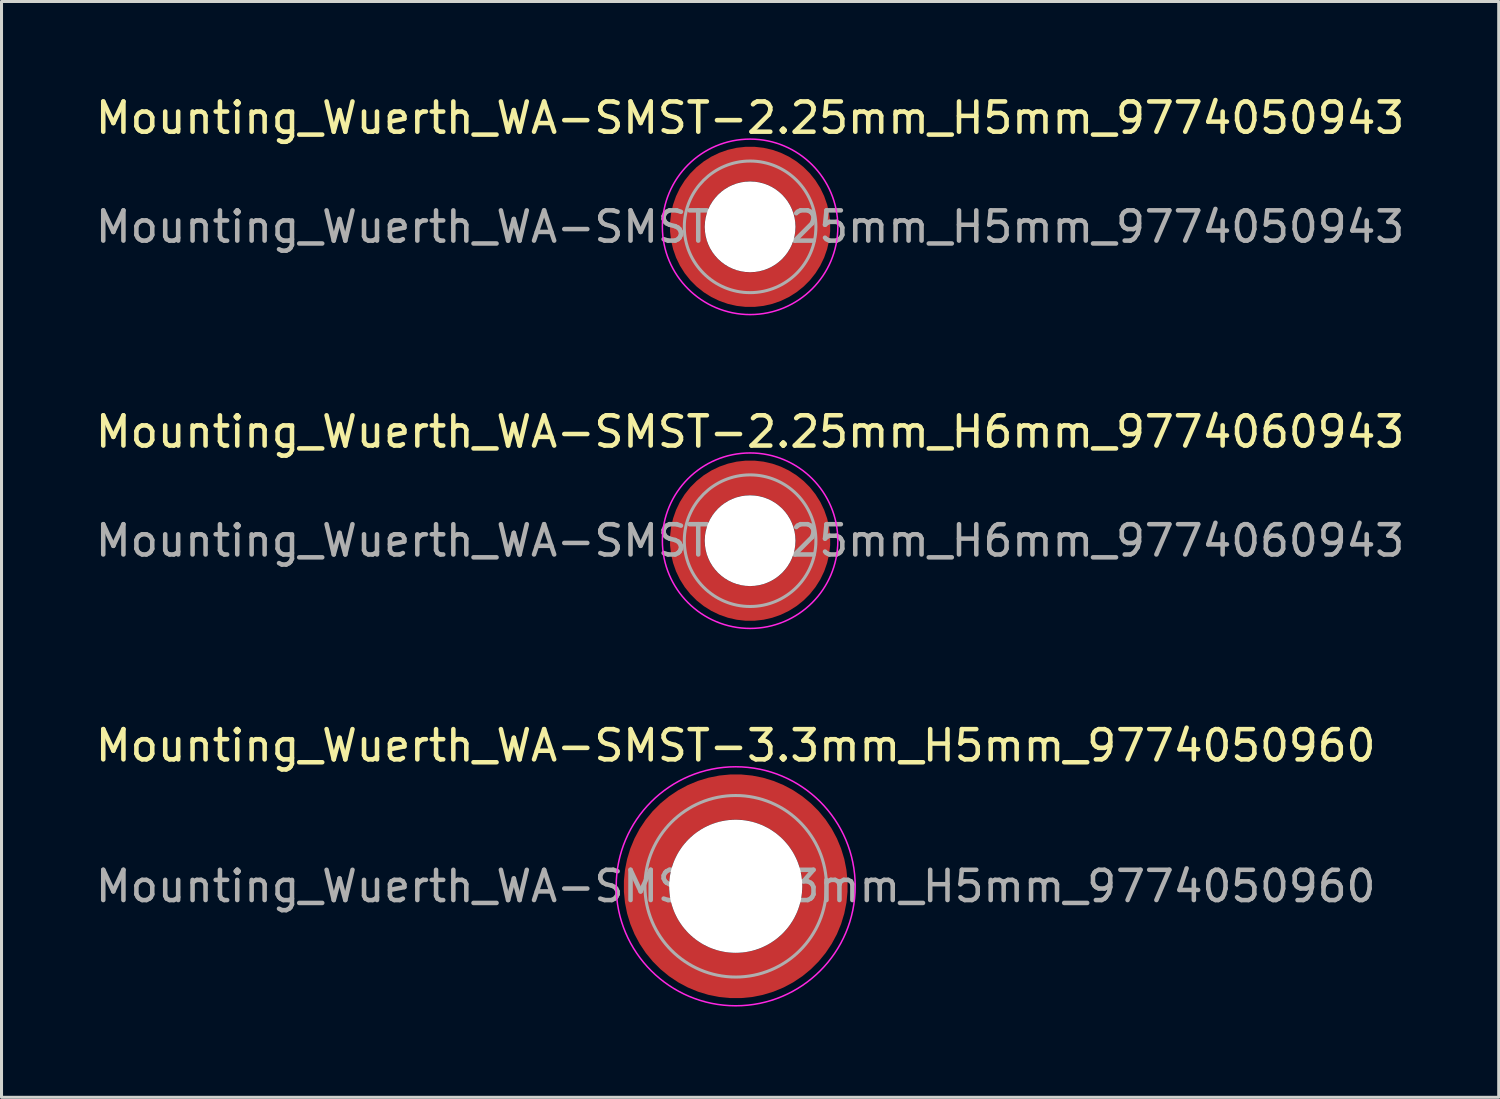
<source format=kicad_pcb>
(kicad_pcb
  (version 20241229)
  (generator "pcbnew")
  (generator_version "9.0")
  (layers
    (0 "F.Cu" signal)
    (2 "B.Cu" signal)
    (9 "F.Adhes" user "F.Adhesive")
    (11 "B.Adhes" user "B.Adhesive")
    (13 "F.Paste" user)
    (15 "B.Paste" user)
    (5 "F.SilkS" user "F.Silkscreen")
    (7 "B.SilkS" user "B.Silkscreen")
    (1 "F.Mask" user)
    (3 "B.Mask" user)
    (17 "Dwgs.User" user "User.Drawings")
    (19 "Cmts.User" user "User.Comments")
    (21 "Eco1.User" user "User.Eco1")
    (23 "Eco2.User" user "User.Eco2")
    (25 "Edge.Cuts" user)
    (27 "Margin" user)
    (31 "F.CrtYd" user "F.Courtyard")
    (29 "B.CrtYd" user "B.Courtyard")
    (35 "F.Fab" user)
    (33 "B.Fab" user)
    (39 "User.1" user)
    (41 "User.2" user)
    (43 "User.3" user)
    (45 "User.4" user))
  (footprint "Mounting_Wuerth_WA-SMST-2.25mm_H6mm_9774060943"
    (layer "F.Cu")
    (at 21.744 14.822)
    (property "Reference" "Mounting_Wuerth_WA-SMST-2.25mm_H6mm_9774060943" (at 0 -3.6 0) (layer "F.SilkS") (effects (font (size 1 1) (thickness 0.15))))
    (attr smd)
    (fp_circle (center 0 0) (end 2.9 0) (stroke (width 0.05) (type solid)) (fill no) (layer "F.CrtYd"))
    (fp_circle (center 0 0) (end 2.175 0) (stroke (width 0.1) (type solid)) (fill no) (layer "F.Fab"))
    (fp_text user "${REFERENCE}" (at 0 0 0) (layer "F.Fab") (effects (font (size 1 1) (thickness 0.15))))
    (pad "" smd custom (at -1.453 -1.453) (size 0.61 0.61) (layers "F.Paste") (options (anchor circle)) (primitives (gr_arc (start -0.147677 1.053104) (mid 0.285964 0.286792) (end 1.051968 -0.147393) (width 0.2)) (gr_arc (start -0.240295 1.053104) (mid 0.22253 0.222946) (end 1.052531 -0.24016) (width 0.2)) (gr_arc (start -0.332645 1.053104) (mid 0.158548 0.15965) (end 1.051583 -0.332304) (width 0.2)) (gr_arc (start -0.424767 1.053104) (mid 0.09486 0.096059) (end 1.051446 -0.424413) (width 0.2)) (gr_arc (start -0.516693 1.053104) (mid 0.031293 0.032346) (end 1.051645 -0.516396) (width 0.2)) (gr_arc (start -0.608448 1.053104) (mid -0.032323 -0.031316) (end 1.051707 -0.608176) (width 0.2)) (gr_arc (start -0.700056 1.053104) (mid -0.09616 -0.094758) (end 1.051155 -0.699693) (width 0.2)) (gr_arc (start -0.791534 1.053104) (mid -0.160388 -0.15781) (end 1.049515 -0.790891) (width 0.2)) (gr_arc (start -0.882896 1.053104) (mid -0.223713 -0.221764) (end 1.050388 -0.882429) (width 0.2)) (gr_arc (start -0.974157 1.053104) (mid -0.287654 -0.285101) (end 1.049541 -0.973567) (width 0.2)) (gr_line (start 1.053 -0.148) (end 1.053 -0.974) (width 0.2)) (gr_line (start -0.148 1.053) (end -0.974 1.053) (width 0.2))))
    (pad "" smd custom (at -1.453 1.453) (size 0.61 0.61) (layers "F.Paste") (options (anchor circle)) (primitives (gr_arc (start 1.053104 0.147677) (mid 0.286792 -0.285964) (end -0.147393 -1.051968) (width 0.2)) (gr_arc (start 1.053104 0.240295) (mid 0.222946 -0.22253) (end -0.24016 -1.052531) (width 0.2)) (gr_arc (start 1.053104 0.332645) (mid 0.15965 -0.158548) (end -0.332304 -1.051583) (width 0.2)) (gr_arc (start 1.053104 0.424767) (mid 0.096059 -0.09486) (end -0.424413 -1.051446) (width 0.2)) (gr_arc (start 1.053104 0.516693) (mid 0.032346 -0.031293) (end -0.516396 -1.051645) (width 0.2)) (gr_arc (start 1.053104 0.608448) (mid -0.031316 0.032323) (end -0.608176 -1.051707) (width 0.2)) (gr_arc (start 1.053104 0.700056) (mid -0.094758 0.09616) (end -0.699693 -1.051155) (width 0.2)) (gr_arc (start 1.053104 0.791534) (mid -0.15781 0.160388) (end -0.790891 -1.049515) (width 0.2)) (gr_arc (start 1.053104 0.882896) (mid -0.221764 0.223713) (end -0.882429 -1.050388) (width 0.2)) (gr_arc (start 1.053104 0.974157) (mid -0.285101 0.287654) (end -0.973567 -1.049541) (width 0.2)) (gr_line (start -0.148 -1.053) (end -0.974 -1.053) (width 0.2)) (gr_line (start 1.053 0.148) (end 1.053 0.974) (width 0.2))))
    (pad "" np_thru_hole circle (at 0 0) (size 3 3) (drill 3) (layers "*.Cu" "*.Mask"))
    (pad "" smd custom (at 1.453 -1.453) (size 0.61 0.61) (layers "F.Paste") (options (anchor circle)) (primitives (gr_arc (start -1.053104 -0.147677) (mid -0.286792 0.285964) (end 0.147393 1.051968) (width 0.2)) (gr_arc (start -1.053104 -0.240295) (mid -0.222946 0.22253) (end 0.24016 1.052531) (width 0.2)) (gr_arc (start -1.053104 -0.332645) (mid -0.15965 0.158548) (end 0.332304 1.051583) (width 0.2)) (gr_arc (start -1.053104 -0.424767) (mid -0.096059 0.09486) (end 0.424413 1.051446) (width 0.2)) (gr_arc (start -1.053104 -0.516693) (mid -0.032346 0.031293) (end 0.516396 1.051645) (width 0.2)) (gr_arc (start -1.053104 -0.608448) (mid 0.031316 -0.032323) (end 0.608176 1.051707) (width 0.2)) (gr_arc (start -1.053104 -0.700056) (mid 0.094758 -0.09616) (end 0.699693 1.051155) (width 0.2)) (gr_arc (start -1.053104 -0.791534) (mid 0.15781 -0.160388) (end 0.790891 1.049515) (width 0.2)) (gr_arc (start -1.053104 -0.882896) (mid 0.221764 -0.223713) (end 0.882429 1.050388) (width 0.2)) (gr_arc (start -1.053104 -0.974157) (mid 0.285101 -0.287654) (end 0.973567 1.049541) (width 0.2)) (gr_line (start 0.148 1.053) (end 0.974 1.053) (width 0.2)) (gr_line (start -1.053 -0.148) (end -1.053 -0.974) (width 0.2))))
    (pad "" smd custom (at 1.453 1.453) (size 0.61 0.61) (layers "F.Paste") (options (anchor circle)) (primitives (gr_arc (start 0.147677 -1.053104) (mid -0.285964 -0.286792) (end -1.051968 0.147393) (width 0.2)) (gr_arc (start 0.240295 -1.053104) (mid -0.22253 -0.222946) (end -1.052531 0.24016) (width 0.2)) (gr_arc (start 0.332645 -1.053104) (mid -0.158548 -0.15965) (end -1.051583 0.332304) (width 0.2)) (gr_arc (start 0.424767 -1.053104) (mid -0.09486 -0.096059) (end -1.051446 0.424413) (width 0.2)) (gr_arc (start 0.516693 -1.053104) (mid -0.031293 -0.032346) (end -1.051645 0.516396) (width 0.2)) (gr_arc (start 0.608448 -1.053104) (mid 0.032323 0.031316) (end -1.051707 0.608176) (width 0.2)) (gr_arc (start 0.700056 -1.053104) (mid 0.09616 0.094758) (end -1.051155 0.699693) (width 0.2)) (gr_arc (start 0.791534 -1.053104) (mid 0.160388 0.15781) (end -1.049515 0.790891) (width 0.2)) (gr_arc (start 0.882896 -1.053104) (mid 0.223713 0.221764) (end -1.050388 0.882429) (width 0.2)) (gr_arc (start 0.974157 -1.053104) (mid 0.287654 0.285101) (end -1.049541 0.973567) (width 0.2)) (gr_line (start -1.053 0.148) (end -1.053 0.974) (width 0.2)) (gr_line (start 0.148 -1.053) (end 0.974 -1.053) (width 0.2))))
    (pad "1" smd circle (at -2.075 0) (size 0.75 0.75) (layers "F.Cu"))
    (pad "1" smd circle (at 0 -2.075) (size 0.75 0.75) (layers "F.Cu"))
    (pad "1" smd circle (at 0 2.075) (size 0.75 0.75) (layers "F.Cu"))
    (pad "1" smd custom (at 2.075 0) (size 0.75 0.75) (layers "F.Cu" "F.Mask") (options (anchor circle)) (primitives (gr_circle (center -2.075 0) (end 0 0) (width 1.15) (fill no)))))
  (footprint "Mounting_Wuerth_WA-SMST-3.3mm_H5mm_9774050960"
    (layer "F.Cu")
    (at 21.268 26.245)
    (property "Reference" "Mounting_Wuerth_WA-SMST-3.3mm_H5mm_9774050960" (at 0 -4.65 0) (layer "F.SilkS") (effects (font (size 1 1) (thickness 0.15))))
    (attr smd)
    (fp_circle (center 0 0) (end 3.95 0) (stroke (width 0.05) (type solid)) (fill no) (layer "F.CrtYd"))
    (fp_circle (center 0 0) (end 3 0) (stroke (width 0.1) (type solid)) (fill no) (layer "F.Fab"))
    (fp_text user "${REFERENCE}" (at 0 0 0) (layer "F.Fab") (effects (font (size 1 1) (thickness 0.15))))
    (pad "" smd custom (at -2.058 -2.058) (size 0.7 0.7) (layers "F.Paste") (options (anchor circle)) (primitives (gr_arc (start -0.377294 1.707681) (mid 0.317579 0.318817) (end 1.705947 -0.377044) (width 0.2)) (gr_arc (start -0.478281 1.707681) (mid 0.246161 0.248814) (end 1.703965 -0.477765) (width 0.2)) (gr_arc (start -0.579192 1.707681) (mid 0.175492 0.178063) (end 1.704077 -0.578711) (width 0.2)) (gr_arc (start -0.680037 1.707681) (mid 0.105568 0.106564) (end 1.706284 -0.679858) (width 0.2)) (gr_arc (start -0.780822 1.707681) (mid 0.034627 0.036085) (end 1.705634 -0.780569) (width 0.2)) (gr_arc (start -0.881554 1.707681) (mid -0.035694 -0.035016) (end 1.706729 -0.881441) (width 0.2)) (gr_arc (start -0.982237 1.707681) (mid -0.107281 -0.10485) (end 1.704266 -0.981842) (width 0.2)) (gr_arc (start -1.082877 1.707681) (mid -0.178372 -0.175181) (end 1.703197 -1.082374) (width 0.2)) (gr_arc (start -1.183476 1.707681) (mid -0.248964 -0.246008) (end 1.703525 -1.183025) (width 0.2)) (gr_arc (start -1.28404 1.707681) (mid -0.319062 -0.317333) (end 1.70525 -1.283784) (width 0.2)) (gr_line (start 1.708 -0.377) (end 1.708 -1.284) (width 0.2)) (gr_line (start -0.377 1.708) (end -1.284 1.708) (width 0.2))))
    (pad "" smd custom (at -2.058 2.058) (size 0.7 0.7) (layers "F.Paste") (options (anchor circle)) (primitives (gr_arc (start 1.707681 0.377294) (mid 0.318817 -0.317579) (end -0.377044 -1.705947) (width 0.2)) (gr_arc (start 1.707681 0.478281) (mid 0.248814 -0.246161) (end -0.477765 -1.703965) (width 0.2)) (gr_arc (start 1.707681 0.579192) (mid 0.178063 -0.175492) (end -0.578711 -1.704077) (width 0.2)) (gr_arc (start 1.707681 0.680037) (mid 0.106564 -0.105568) (end -0.679858 -1.706284) (width 0.2)) (gr_arc (start 1.707681 0.780822) (mid 0.036085 -0.034627) (end -0.780569 -1.705634) (width 0.2)) (gr_arc (start 1.707681 0.881554) (mid -0.035016 0.035694) (end -0.881441 -1.706729) (width 0.2)) (gr_arc (start 1.707681 0.982237) (mid -0.10485 0.107281) (end -0.981842 -1.704266) (width 0.2)) (gr_arc (start 1.707681 1.082877) (mid -0.175181 0.178372) (end -1.082374 -1.703197) (width 0.2)) (gr_arc (start 1.707681 1.183476) (mid -0.246008 0.248964) (end -1.183025 -1.703525) (width 0.2)) (gr_arc (start 1.707681 1.28404) (mid -0.317333 0.319062) (end -1.283784 -1.70525) (width 0.2)) (gr_line (start -0.377 -1.708) (end -1.284 -1.708) (width 0.2)) (gr_line (start 1.708 0.377) (end 1.708 1.284) (width 0.2))))
    (pad "" np_thru_hole circle (at 0 0) (size 4.4 4.4) (drill 4.4) (layers "*.Cu" "*.Mask"))
    (pad "" smd custom (at 2.058 -2.058) (size 0.7 0.7) (layers "F.Paste") (options (anchor circle)) (primitives (gr_arc (start -1.707681 -0.377294) (mid -0.318817 0.317579) (end 0.377044 1.705947) (width 0.2)) (gr_arc (start -1.707681 -0.478281) (mid -0.248814 0.246161) (end 0.477765 1.703965) (width 0.2)) (gr_arc (start -1.707681 -0.579192) (mid -0.178063 0.175492) (end 0.578711 1.704077) (width 0.2)) (gr_arc (start -1.707681 -0.680037) (mid -0.106564 0.105568) (end 0.679858 1.706284) (width 0.2)) (gr_arc (start -1.707681 -0.780822) (mid -0.036085 0.034627) (end 0.780569 1.705634) (width 0.2)) (gr_arc (start -1.707681 -0.881554) (mid 0.035016 -0.035694) (end 0.881441 1.706729) (width 0.2)) (gr_arc (start -1.707681 -0.982237) (mid 0.10485 -0.107281) (end 0.981842 1.704266) (width 0.2)) (gr_arc (start -1.707681 -1.082877) (mid 0.175181 -0.178372) (end 1.082374 1.703197) (width 0.2)) (gr_arc (start -1.707681 -1.183476) (mid 0.246008 -0.248964) (end 1.183025 1.703525) (width 0.2)) (gr_arc (start -1.707681 -1.28404) (mid 0.317333 -0.319062) (end 1.283784 1.70525) (width 0.2)) (gr_line (start 0.377 1.708) (end 1.284 1.708) (width 0.2)) (gr_line (start -1.708 -0.377) (end -1.708 -1.284) (width 0.2))))
    (pad "" smd custom (at 2.058 2.058) (size 0.7 0.7) (layers "F.Paste") (options (anchor circle)) (primitives (gr_arc (start 0.377294 -1.707681) (mid -0.317579 -0.318817) (end -1.705947 0.377044) (width 0.2)) (gr_arc (start 0.478281 -1.707681) (mid -0.246161 -0.248814) (end -1.703965 0.477765) (width 0.2)) (gr_arc (start 0.579192 -1.707681) (mid -0.175492 -0.178063) (end -1.704077 0.578711) (width 0.2)) (gr_arc (start 0.680037 -1.707681) (mid -0.105568 -0.106564) (end -1.706284 0.679858) (width 0.2)) (gr_arc (start 0.780822 -1.707681) (mid -0.034627 -0.036085) (end -1.705634 0.780569) (width 0.2)) (gr_arc (start 0.881554 -1.707681) (mid 0.035694 0.035016) (end -1.706729 0.881441) (width 0.2)) (gr_arc (start 0.982237 -1.707681) (mid 0.107281 0.10485) (end -1.704266 0.981842) (width 0.2)) (gr_arc (start 1.082877 -1.707681) (mid 0.178372 0.175181) (end -1.703197 1.082374) (width 0.2)) (gr_arc (start 1.183476 -1.707681) (mid 0.248964 0.246008) (end -1.703525 1.183025) (width 0.2)) (gr_arc (start 1.28404 -1.707681) (mid 0.319062 0.317333) (end -1.70525 1.283784) (width 0.2)) (gr_line (start -1.708 0.377) (end -1.708 1.284) (width 0.2)) (gr_line (start 0.377 -1.708) (end 1.284 -1.708) (width 0.2))))
    (pad "1" smd circle (at -2.95 0) (size 1.1 1.1) (layers "F.Cu"))
    (pad "1" smd circle (at 0 -2.95) (size 1.1 1.1) (layers "F.Cu"))
    (pad "1" smd circle (at 0 2.95) (size 1.1 1.1) (layers "F.Cu"))
    (pad "1" smd custom (at 2.95 0) (size 1.1 1.1) (layers "F.Cu" "F.Mask") (options (anchor circle)) (primitives (gr_circle (center -2.95 0) (end 0 0) (width 1.5) (fill no)))))
  (footprint "Mounting_Wuerth_WA-SMST-2.25mm_H5mm_9774050943"
    (layer "F.Cu")
    (at 21.744 4.448)
    (property "Reference" "Mounting_Wuerth_WA-SMST-2.25mm_H5mm_9774050943" (at 0 -3.6 0) (layer "F.SilkS") (effects (font (size 1 1) (thickness 0.15))))
    (attr smd)
    (fp_circle (center 0 0) (end 2.9 0) (stroke (width 0.05) (type solid)) (fill no) (layer "F.CrtYd"))
    (fp_circle (center 0 0) (end 2.175 0) (stroke (width 0.1) (type solid)) (fill no) (layer "F.Fab"))
    (fp_text user "${REFERENCE}" (at 0 0 0) (layer "F.Fab") (effects (font (size 1 1) (thickness 0.15))))
    (pad "" smd custom (at -1.453 -1.453) (size 0.61 0.61) (layers "F.Paste") (options (anchor circle)) (primitives (gr_arc (start -0.147677 1.053104) (mid 0.285964 0.286792) (end 1.051968 -0.147393) (width 0.2)) (gr_arc (start -0.240295 1.053104) (mid 0.22253 0.222946) (end 1.052531 -0.24016) (width 0.2)) (gr_arc (start -0.332645 1.053104) (mid 0.158548 0.15965) (end 1.051583 -0.332304) (width 0.2)) (gr_arc (start -0.424767 1.053104) (mid 0.09486 0.096059) (end 1.051446 -0.424413) (width 0.2)) (gr_arc (start -0.516693 1.053104) (mid 0.031293 0.032346) (end 1.051645 -0.516396) (width 0.2)) (gr_arc (start -0.608448 1.053104) (mid -0.032323 -0.031316) (end 1.051707 -0.608176) (width 0.2)) (gr_arc (start -0.700056 1.053104) (mid -0.09616 -0.094758) (end 1.051155 -0.699693) (width 0.2)) (gr_arc (start -0.791534 1.053104) (mid -0.160388 -0.15781) (end 1.049515 -0.790891) (width 0.2)) (gr_arc (start -0.882896 1.053104) (mid -0.223713 -0.221764) (end 1.050388 -0.882429) (width 0.2)) (gr_arc (start -0.974157 1.053104) (mid -0.287654 -0.285101) (end 1.049541 -0.973567) (width 0.2)) (gr_line (start 1.053 -0.148) (end 1.053 -0.974) (width 0.2)) (gr_line (start -0.148 1.053) (end -0.974 1.053) (width 0.2))))
    (pad "" smd custom (at -1.453 1.453) (size 0.61 0.61) (layers "F.Paste") (options (anchor circle)) (primitives (gr_arc (start 1.053104 0.147677) (mid 0.286792 -0.285964) (end -0.147393 -1.051968) (width 0.2)) (gr_arc (start 1.053104 0.240295) (mid 0.222946 -0.22253) (end -0.24016 -1.052531) (width 0.2)) (gr_arc (start 1.053104 0.332645) (mid 0.15965 -0.158548) (end -0.332304 -1.051583) (width 0.2)) (gr_arc (start 1.053104 0.424767) (mid 0.096059 -0.09486) (end -0.424413 -1.051446) (width 0.2)) (gr_arc (start 1.053104 0.516693) (mid 0.032346 -0.031293) (end -0.516396 -1.051645) (width 0.2)) (gr_arc (start 1.053104 0.608448) (mid -0.031316 0.032323) (end -0.608176 -1.051707) (width 0.2)) (gr_arc (start 1.053104 0.700056) (mid -0.094758 0.09616) (end -0.699693 -1.051155) (width 0.2)) (gr_arc (start 1.053104 0.791534) (mid -0.15781 0.160388) (end -0.790891 -1.049515) (width 0.2)) (gr_arc (start 1.053104 0.882896) (mid -0.221764 0.223713) (end -0.882429 -1.050388) (width 0.2)) (gr_arc (start 1.053104 0.974157) (mid -0.285101 0.287654) (end -0.973567 -1.049541) (width 0.2)) (gr_line (start -0.148 -1.053) (end -0.974 -1.053) (width 0.2)) (gr_line (start 1.053 0.148) (end 1.053 0.974) (width 0.2))))
    (pad "" np_thru_hole circle (at 0 0) (size 3 3) (drill 3) (layers "*.Cu" "*.Mask"))
    (pad "" smd custom (at 1.453 -1.453) (size 0.61 0.61) (layers "F.Paste") (options (anchor circle)) (primitives (gr_arc (start -1.053104 -0.147677) (mid -0.286792 0.285964) (end 0.147393 1.051968) (width 0.2)) (gr_arc (start -1.053104 -0.240295) (mid -0.222946 0.22253) (end 0.24016 1.052531) (width 0.2)) (gr_arc (start -1.053104 -0.332645) (mid -0.15965 0.158548) (end 0.332304 1.051583) (width 0.2)) (gr_arc (start -1.053104 -0.424767) (mid -0.096059 0.09486) (end 0.424413 1.051446) (width 0.2)) (gr_arc (start -1.053104 -0.516693) (mid -0.032346 0.031293) (end 0.516396 1.051645) (width 0.2)) (gr_arc (start -1.053104 -0.608448) (mid 0.031316 -0.032323) (end 0.608176 1.051707) (width 0.2)) (gr_arc (start -1.053104 -0.700056) (mid 0.094758 -0.09616) (end 0.699693 1.051155) (width 0.2)) (gr_arc (start -1.053104 -0.791534) (mid 0.15781 -0.160388) (end 0.790891 1.049515) (width 0.2)) (gr_arc (start -1.053104 -0.882896) (mid 0.221764 -0.223713) (end 0.882429 1.050388) (width 0.2)) (gr_arc (start -1.053104 -0.974157) (mid 0.285101 -0.287654) (end 0.973567 1.049541) (width 0.2)) (gr_line (start 0.148 1.053) (end 0.974 1.053) (width 0.2)) (gr_line (start -1.053 -0.148) (end -1.053 -0.974) (width 0.2))))
    (pad "" smd custom (at 1.453 1.453) (size 0.61 0.61) (layers "F.Paste") (options (anchor circle)) (primitives (gr_arc (start 0.147677 -1.053104) (mid -0.285964 -0.286792) (end -1.051968 0.147393) (width 0.2)) (gr_arc (start 0.240295 -1.053104) (mid -0.22253 -0.222946) (end -1.052531 0.24016) (width 0.2)) (gr_arc (start 0.332645 -1.053104) (mid -0.158548 -0.15965) (end -1.051583 0.332304) (width 0.2)) (gr_arc (start 0.424767 -1.053104) (mid -0.09486 -0.096059) (end -1.051446 0.424413) (width 0.2)) (gr_arc (start 0.516693 -1.053104) (mid -0.031293 -0.032346) (end -1.051645 0.516396) (width 0.2)) (gr_arc (start 0.608448 -1.053104) (mid 0.032323 0.031316) (end -1.051707 0.608176) (width 0.2)) (gr_arc (start 0.700056 -1.053104) (mid 0.09616 0.094758) (end -1.051155 0.699693) (width 0.2)) (gr_arc (start 0.791534 -1.053104) (mid 0.160388 0.15781) (end -1.049515 0.790891) (width 0.2)) (gr_arc (start 0.882896 -1.053104) (mid 0.223713 0.221764) (end -1.050388 0.882429) (width 0.2)) (gr_arc (start 0.974157 -1.053104) (mid 0.287654 0.285101) (end -1.049541 0.973567) (width 0.2)) (gr_line (start -1.053 0.148) (end -1.053 0.974) (width 0.2)) (gr_line (start 0.148 -1.053) (end 0.974 -1.053) (width 0.2))))
    (pad "1" smd circle (at -2.075 0) (size 0.75 0.75) (layers "F.Cu"))
    (pad "1" smd circle (at 0 -2.075) (size 0.75 0.75) (layers "F.Cu"))
    (pad "1" smd circle (at 0 2.075) (size 0.75 0.75) (layers "F.Cu"))
    (pad "1" smd custom (at 2.075 0) (size 0.75 0.75) (layers "F.Cu" "F.Mask") (options (anchor circle)) (primitives (gr_circle (center -2.075 0) (end 0 0) (width 1.15) (fill no)))))
  (gr_rect
    (start -3 -3)
    (end 46.488 33.22)
    (stroke (width 0.1) (type default))
    (fill no)
    (layer "Edge.Cuts")))
</source>
